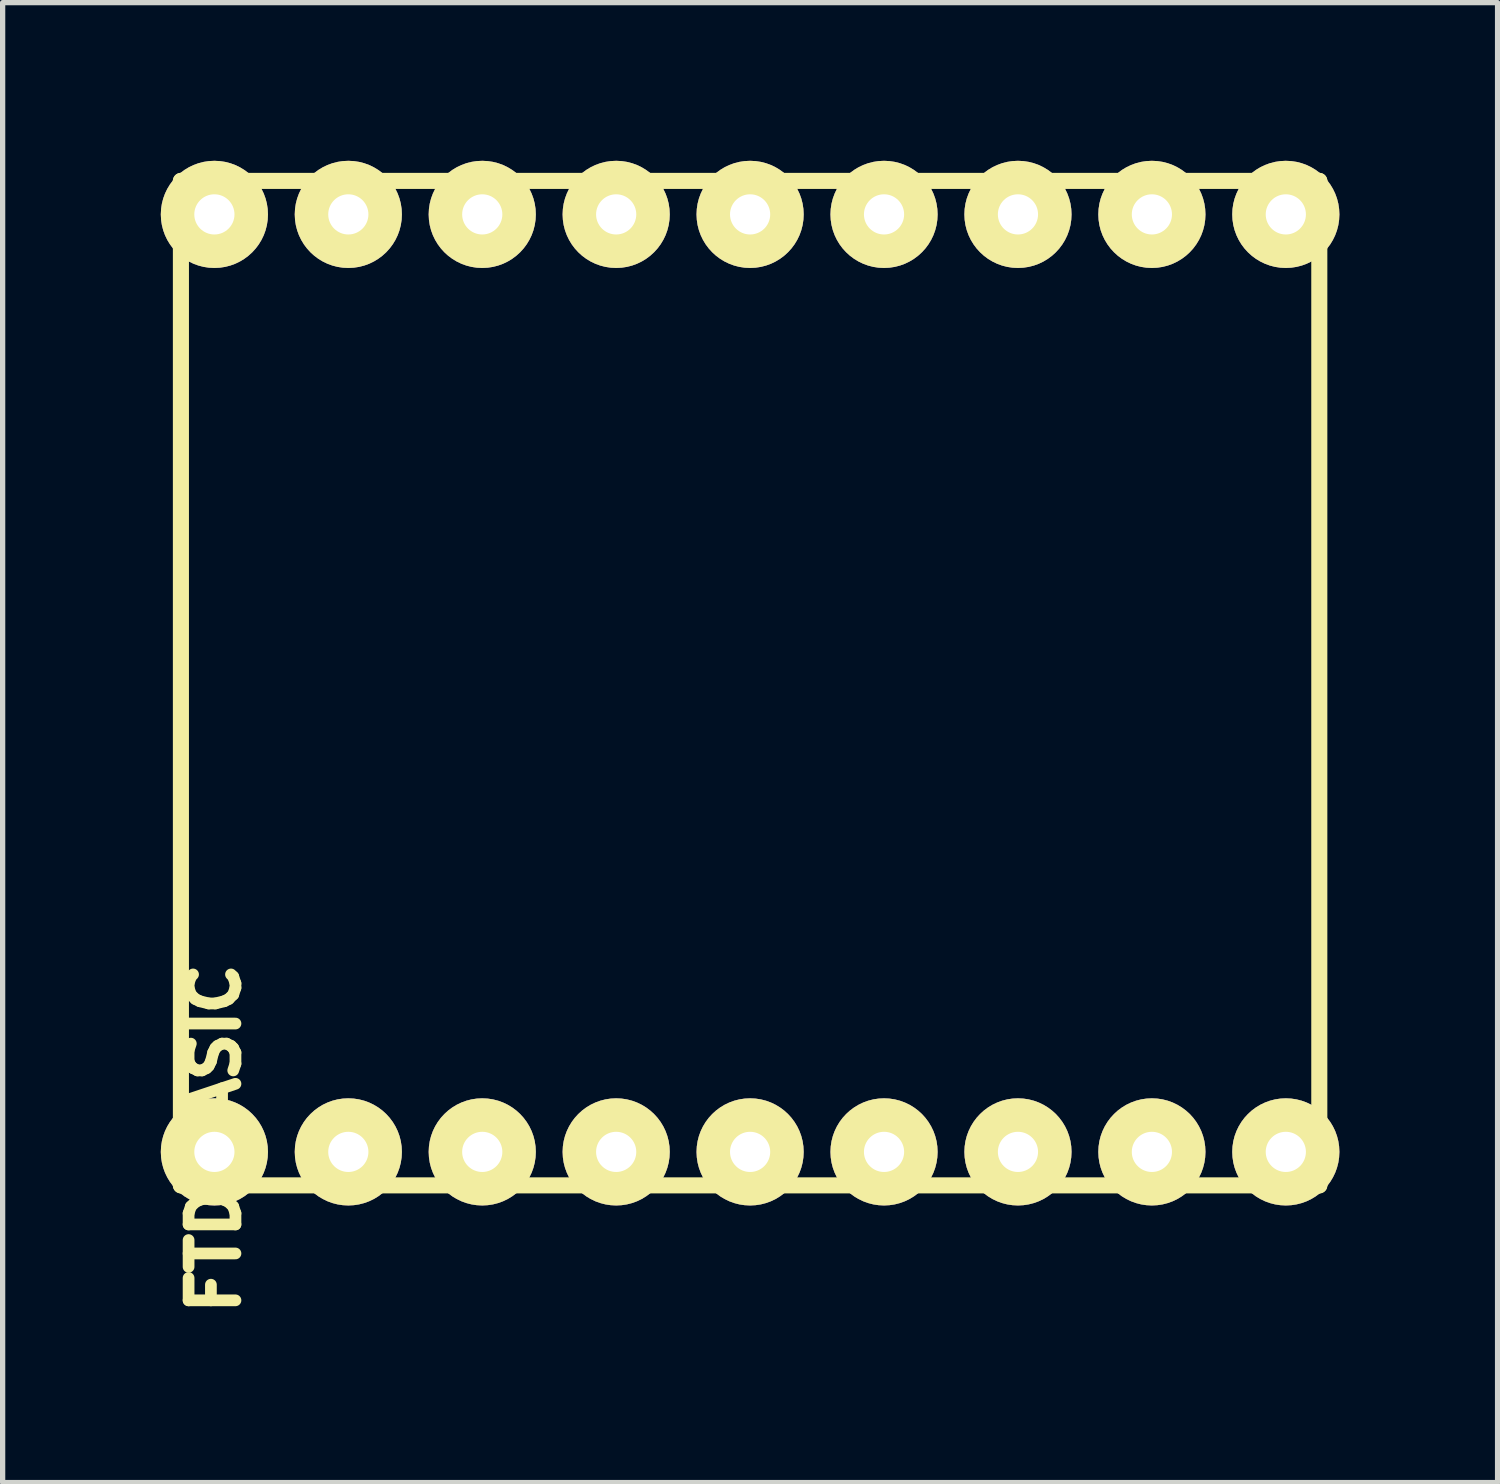
<source format=kicad_pcb>
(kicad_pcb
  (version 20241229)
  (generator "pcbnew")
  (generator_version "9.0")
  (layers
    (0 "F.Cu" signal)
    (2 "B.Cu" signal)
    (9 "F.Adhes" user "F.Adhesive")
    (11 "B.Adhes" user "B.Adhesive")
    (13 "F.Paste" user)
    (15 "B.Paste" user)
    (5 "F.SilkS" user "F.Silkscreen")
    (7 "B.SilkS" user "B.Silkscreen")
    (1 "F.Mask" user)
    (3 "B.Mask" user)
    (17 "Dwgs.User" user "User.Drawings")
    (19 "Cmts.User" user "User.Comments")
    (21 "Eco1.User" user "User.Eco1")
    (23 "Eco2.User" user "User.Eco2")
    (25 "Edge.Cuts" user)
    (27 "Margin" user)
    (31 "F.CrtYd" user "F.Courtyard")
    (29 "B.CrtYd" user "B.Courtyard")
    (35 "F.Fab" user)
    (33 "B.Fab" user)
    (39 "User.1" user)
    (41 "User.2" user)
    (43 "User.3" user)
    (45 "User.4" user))
  (footprint "FTDIBASIC"
    (layer "F.Cu")
    (at 1.016 18.796)
    (property "Reference" "FTDIBASIC" (at 0 -0.254 270) (layer "F.SilkS") (effects (font (size 0.889 0.889) (thickness 0.305))))
    (attr through_hole)
    (fp_line (start -0.635 -18.415) (end -0.635 0.635) (stroke (width 0.305) (type solid)) (layer "F.SilkS"))
    (fp_line (start -0.635 0.635) (end 20.955 0.635) (stroke (width 0.305) (type solid)) (layer "F.SilkS"))
    (fp_line (start 20.955 -18.415) (end -0.635 -18.415) (stroke (width 0.305) (type solid)) (layer "F.SilkS"))
    (fp_line (start 20.955 0.635) (end 20.955 -18.415) (stroke (width 0.305) (type solid)) (layer "F.SilkS"))
    (pad "1" thru_hole circle (at 0 0) (size 2.032 2.032) (drill 0.762) (layers "*.Cu" "*.Mask" "F.SilkS"))
    (pad "2" thru_hole circle (at 2.54 0) (size 2.032 2.032) (drill 0.762) (layers "*.Cu" "*.Mask" "F.SilkS"))
    (pad "3" thru_hole circle (at 5.08 0) (size 2.032 2.032) (drill 0.762) (layers "*.Cu" "*.Mask" "F.SilkS"))
    (pad "4" thru_hole circle (at 7.62 0) (size 2.032 2.032) (drill 0.762) (layers "*.Cu" "*.Mask" "F.SilkS"))
    (pad "5" thru_hole circle (at 10.16 0) (size 2.032 2.032) (drill 0.762) (layers "*.Cu" "*.Mask" "F.SilkS"))
    (pad "6" thru_hole circle (at 12.7 0) (size 2.032 2.032) (drill 0.762) (layers "*.Cu" "*.Mask" "F.SilkS"))
    (pad "7" thru_hole circle (at 15.24 0) (size 2.032 2.032) (drill 0.762) (layers "*.Cu" "*.Mask" "F.SilkS"))
    (pad "8" thru_hole circle (at 17.78 0) (size 2.032 2.032) (drill 0.762) (layers "*.Cu" "*.Mask" "F.SilkS"))
    (pad "9" thru_hole circle (at 20.32 0) (size 2.032 2.032) (drill 0.762) (layers "*.Cu" "*.Mask" "F.SilkS"))
    (pad "10" thru_hole circle (at 20.32 -17.78 180) (size 2.032 2.032) (drill 0.762) (layers "*.Cu" "*.Mask" "F.SilkS"))
    (pad "11" thru_hole circle (at 17.78 -17.78 180) (size 2.032 2.032) (drill 0.762) (layers "*.Cu" "*.Mask" "F.SilkS"))
    (pad "12" thru_hole circle (at 15.24 -17.78 180) (size 2.032 2.032) (drill 0.762) (layers "*.Cu" "*.Mask" "F.SilkS"))
    (pad "13" thru_hole circle (at 12.7 -17.78 180) (size 2.032 2.032) (drill 0.762) (layers "*.Cu" "*.Mask" "F.SilkS"))
    (pad "14" thru_hole circle (at 10.16 -17.78 180) (size 2.032 2.032) (drill 0.762) (layers "*.Cu" "*.Mask" "F.SilkS"))
    (pad "15" thru_hole circle (at 7.62 -17.78 180) (size 2.032 2.032) (drill 0.762) (layers "*.Cu" "*.Mask" "F.SilkS"))
    (pad "16" thru_hole circle (at 5.08 -17.78 180) (size 2.032 2.032) (drill 0.762) (layers "*.Cu" "*.Mask" "F.SilkS"))
    (pad "17" thru_hole circle (at 2.54 -17.78 180) (size 2.032 2.032) (drill 0.762) (layers "*.Cu" "*.Mask" "F.SilkS"))
    (pad "18" thru_hole circle (at 0 -17.78 180) (size 2.032 2.032) (drill 0.762) (layers "*.Cu" "*.Mask" "F.SilkS")))
  (gr_rect
    (start -3 -3)
    (end 25.352 25.067)
    (stroke (width 0.1) (type default))
    (fill no)
    (layer "Edge.Cuts")))
</source>
